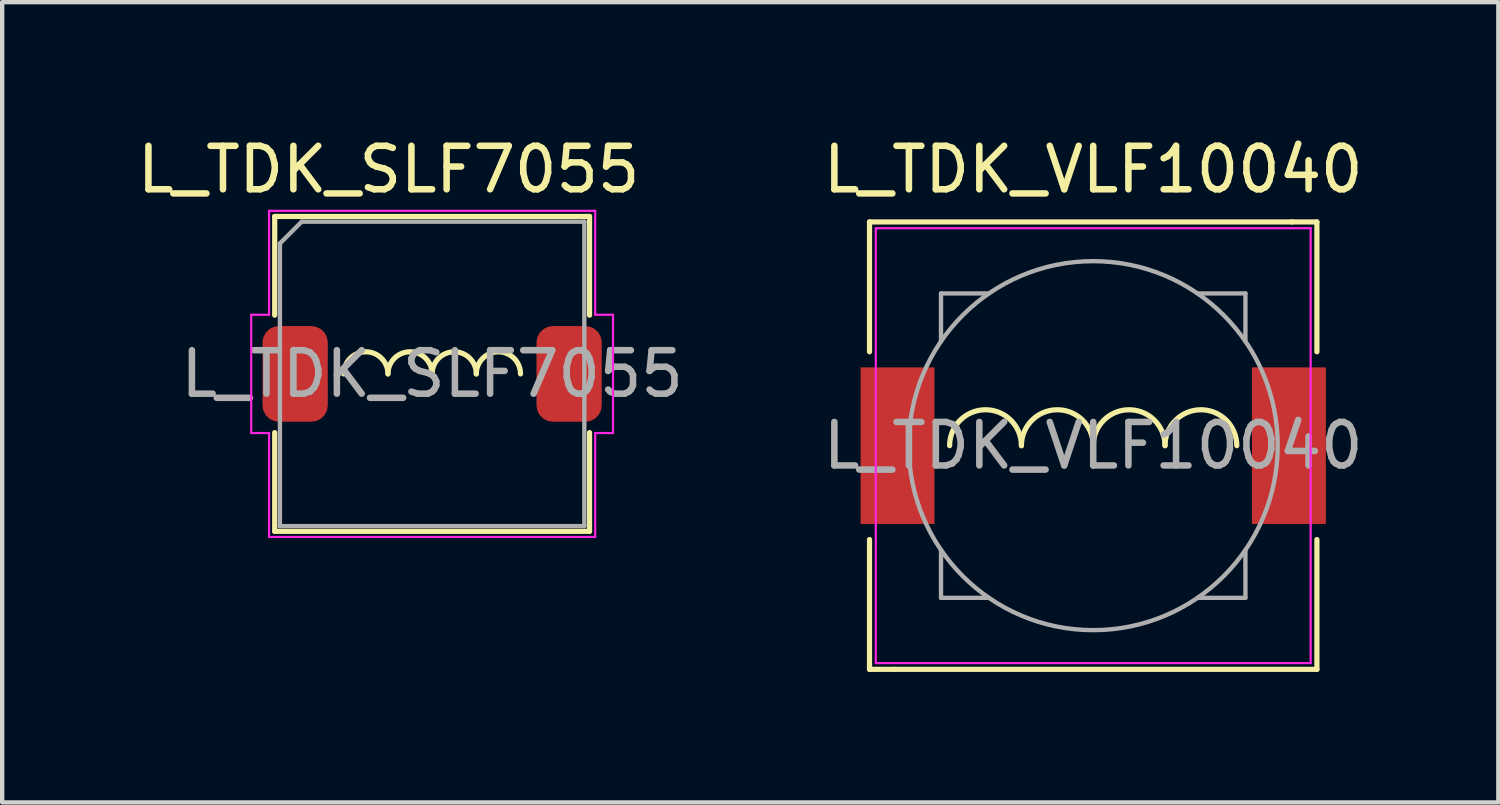
<source format=kicad_pcb>
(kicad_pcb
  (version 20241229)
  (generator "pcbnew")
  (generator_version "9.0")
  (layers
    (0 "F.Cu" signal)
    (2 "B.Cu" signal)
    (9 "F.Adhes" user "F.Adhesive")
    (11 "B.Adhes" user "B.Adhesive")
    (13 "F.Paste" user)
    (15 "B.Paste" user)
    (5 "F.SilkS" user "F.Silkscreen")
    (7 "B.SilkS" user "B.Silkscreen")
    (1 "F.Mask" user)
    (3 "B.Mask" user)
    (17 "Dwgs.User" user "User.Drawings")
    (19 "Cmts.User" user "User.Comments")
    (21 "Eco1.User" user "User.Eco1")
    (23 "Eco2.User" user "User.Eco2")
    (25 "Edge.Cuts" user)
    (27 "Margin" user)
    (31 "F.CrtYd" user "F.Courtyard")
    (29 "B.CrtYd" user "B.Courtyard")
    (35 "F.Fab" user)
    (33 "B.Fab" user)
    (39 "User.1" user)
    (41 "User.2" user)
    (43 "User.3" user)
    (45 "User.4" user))
  (footprint "L_TDK_SLF7055"
    (layer "F.Cu")
    (at 6.887 5.548)
    (property "Reference" "L_TDK_SLF7055" (at -1 -4.7 0) (layer "F.SilkS") (effects (font (size 1 1) (thickness 0.15))))
    (attr smd)
    (fp_line (start -3.62 -3.62) (end -3.62 -1.35) (stroke (width 0.12) (type solid)) (layer "F.SilkS"))
    (fp_line (start -3.62 -3.62) (end 3.62 -3.62) (stroke (width 0.12) (type solid)) (layer "F.SilkS"))
    (fp_line (start -3.62 1.35) (end -3.62 3.62) (stroke (width 0.12) (type solid)) (layer "F.SilkS"))
    (fp_line (start -3.62 3.62) (end 3.62 3.62) (stroke (width 0.12) (type solid)) (layer "F.SilkS"))
    (fp_line (start 3.62 -3.62) (end 3.62 -1.35) (stroke (width 0.12) (type solid)) (layer "F.SilkS"))
    (fp_line (start 3.62 1.35) (end 3.62 3.62) (stroke (width 0.12) (type solid)) (layer "F.SilkS"))
    (fp_arc (start -2.032 0) (mid -1.524 -0.508) (end -1.016 0) (stroke (width 0.12) (type solid)) (layer "F.SilkS"))
    (fp_arc (start -1.016 0) (mid -0.508 -0.508) (end 0 0) (stroke (width 0.12) (type solid)) (layer "F.SilkS"))
    (fp_arc (start 0 0) (mid 0.508 -0.508) (end 1.016 0) (stroke (width 0.12) (type solid)) (layer "F.SilkS"))
    (fp_arc (start 1.016 0) (mid 1.524 -0.508) (end 2.032 0) (stroke (width 0.12) (type solid)) (layer "F.SilkS"))
    (fp_line (start -4.16 -1.36) (end -4.16 1.36) (stroke (width 0.05) (type solid)) (layer "F.CrtYd"))
    (fp_line (start -4.16 1.36) (end -3.75 1.36) (stroke (width 0.05) (type solid)) (layer "F.CrtYd"))
    (fp_line (start -3.75 -3.75) (end -3.75 -1.36) (stroke (width 0.05) (type solid)) (layer "F.CrtYd"))
    (fp_line (start -3.75 -3.75) (end 3.75 -3.75) (stroke (width 0.05) (type solid)) (layer "F.CrtYd"))
    (fp_line (start -3.75 -1.36) (end -4.16 -1.36) (stroke (width 0.05) (type solid)) (layer "F.CrtYd"))
    (fp_line (start -3.75 1.36) (end -3.75 3.75) (stroke (width 0.05) (type solid)) (layer "F.CrtYd"))
    (fp_line (start -3.75 3.75) (end 3.75 3.75) (stroke (width 0.05) (type solid)) (layer "F.CrtYd"))
    (fp_line (start 3.75 -3.75) (end 3.75 -1.36) (stroke (width 0.05) (type solid)) (layer "F.CrtYd"))
    (fp_line (start 3.75 -1.36) (end 4.16 -1.36) (stroke (width 0.05) (type solid)) (layer "F.CrtYd"))
    (fp_line (start 3.75 1.36) (end 3.75 3.75) (stroke (width 0.05) (type solid)) (layer "F.CrtYd"))
    (fp_line (start 4.16 -1.36) (end 4.16 1.36) (stroke (width 0.05) (type solid)) (layer "F.CrtYd"))
    (fp_line (start 4.16 1.36) (end 3.75 1.36) (stroke (width 0.05) (type solid)) (layer "F.CrtYd"))
    (fp_line (start -3.5 -3) (end -3 -3.5) (stroke (width 0.1) (type solid)) (layer "F.Fab"))
    (fp_line (start -3.5 3.5) (end -3.5 -3) (stroke (width 0.1) (type solid)) (layer "F.Fab"))
    (fp_line (start -3 -3.5) (end 3.5 -3.5) (stroke (width 0.1) (type solid)) (layer "F.Fab"))
    (fp_line (start 3.5 -3.5) (end 3.5 3.5) (stroke (width 0.1) (type solid)) (layer "F.Fab"))
    (fp_line (start 3.5 3.5) (end -3.5 3.5) (stroke (width 0.1) (type solid)) (layer "F.Fab"))
    (fp_text user "${REFERENCE}" (at 0 0 0) (layer "F.Fab") (effects (font (size 1 1) (thickness 0.15))))
    (pad "1" smd roundrect (at -3.15 0) (size 1.5 2.2) (layers "F.Cu" "F.Mask" "F.Paste") (roundrect_rratio 0.25))
    (pad "2" smd roundrect (at 3.15 0) (size 1.5 2.2) (layers "F.Cu" "F.Mask" "F.Paste") (roundrect_rratio 0.25)))
  (footprint "L_TDK_VLF10040"
    (layer "F.Cu")
    (at 22.089 7.198)
    (property "Reference" "L_TDK_VLF10040" (at 0 -6.35 0) (layer "F.SilkS") (effects (font (size 1 1) (thickness 0.15))))
    (attr smd)
    (fp_line (start -5.144 -5.144) (end -5.144 -2.159) (stroke (width 0.12) (type solid)) (layer "F.SilkS"))
    (fp_line (start -5.144 5.144) (end -5.144 2.159) (stroke (width 0.12) (type solid)) (layer "F.SilkS"))
    (fp_line (start -4.572 5.144) (end -5.144 5.144) (stroke (width 0.12) (type solid)) (layer "F.SilkS"))
    (fp_line (start -4.572 5.144) (end 5.144 5.144) (stroke (width 0.12) (type solid)) (layer "F.SilkS"))
    (fp_line (start 4.572 -5.144) (end -5.144 -5.144) (stroke (width 0.12) (type solid)) (layer "F.SilkS"))
    (fp_line (start 4.572 -5.144) (end 5.144 -5.144) (stroke (width 0.12) (type solid)) (layer "F.SilkS"))
    (fp_line (start 5.144 -5.144) (end 5.144 -2.159) (stroke (width 0.12) (type solid)) (layer "F.SilkS"))
    (fp_line (start 5.144 5.144) (end 5.144 2.159) (stroke (width 0.12) (type solid)) (layer "F.SilkS"))
    (fp_arc (start -3.302 0) (mid -2.4765 -0.8255) (end -1.651 0) (stroke (width 0.12) (type solid)) (layer "F.SilkS"))
    (fp_arc (start -1.651 0) (mid -0.8255 -0.8255) (end 0 0) (stroke (width 0.12) (type solid)) (layer "F.SilkS"))
    (fp_arc (start 0 0) (mid 0.8255 -0.8255) (end 1.651 0) (stroke (width 0.12) (type solid)) (layer "F.SilkS"))
    (fp_arc (start 1.651 0) (mid 2.4765 -0.8255) (end 3.302 0) (stroke (width 0.12) (type solid)) (layer "F.SilkS"))
    (fp_line (start -5 -5) (end -5 5) (stroke (width 0.05) (type solid)) (layer "F.CrtYd"))
    (fp_line (start -5 5) (end 5 5) (stroke (width 0.05) (type solid)) (layer "F.CrtYd"))
    (fp_line (start 5 -5) (end -5 -5) (stroke (width 0.05) (type solid)) (layer "F.CrtYd"))
    (fp_line (start 5 5) (end 5 -5) (stroke (width 0.05) (type solid)) (layer "F.CrtYd"))
    (fp_line (start -3.5 -3.5) (end -2.4 -3.5) (stroke (width 0.1) (type solid)) (layer "F.Fab"))
    (fp_line (start -3.5 -2.4) (end -3.5 -3.5) (stroke (width 0.1) (type solid)) (layer "F.Fab"))
    (fp_line (start -3.5 2.4) (end -3.5 3.5) (stroke (width 0.1) (type solid)) (layer "F.Fab"))
    (fp_line (start -3.5 3.5) (end -2.4 3.5) (stroke (width 0.1) (type solid)) (layer "F.Fab"))
    (fp_line (start 3.5 -3.5) (end 2.4 -3.5) (stroke (width 0.1) (type solid)) (layer "F.Fab"))
    (fp_line (start 3.5 -3.5) (end 3.5 -2.4) (stroke (width 0.1) (type solid)) (layer "F.Fab"))
    (fp_line (start 3.5 2.4) (end 3.5 3.5) (stroke (width 0.1) (type solid)) (layer "F.Fab"))
    (fp_line (start 3.5 3.5) (end 2.4 3.5) (stroke (width 0.1) (type solid)) (layer "F.Fab"))
    (fp_circle (center 0 0) (end 3 3) (stroke (width 0.1) (type solid)) (fill no) (layer "F.Fab"))
    (fp_text user "${REFERENCE}" (at 0 0 0) (layer "F.Fab") (effects (font (size 1 1) (thickness 0.15))))
    (pad "1" smd rect (at -4.5 0) (size 1.7 3.6) (layers "F.Cu" "F.Mask" "F.Paste"))
    (pad "2" smd rect (at 4.5 0) (size 1.7 3.6) (layers "F.Cu" "F.Mask" "F.Paste")))
  (gr_rect
    (start -3 -3)
    (end 31.405 15.402)
    (stroke (width 0.1) (type default))
    (fill no)
    (layer "Edge.Cuts")))
</source>
